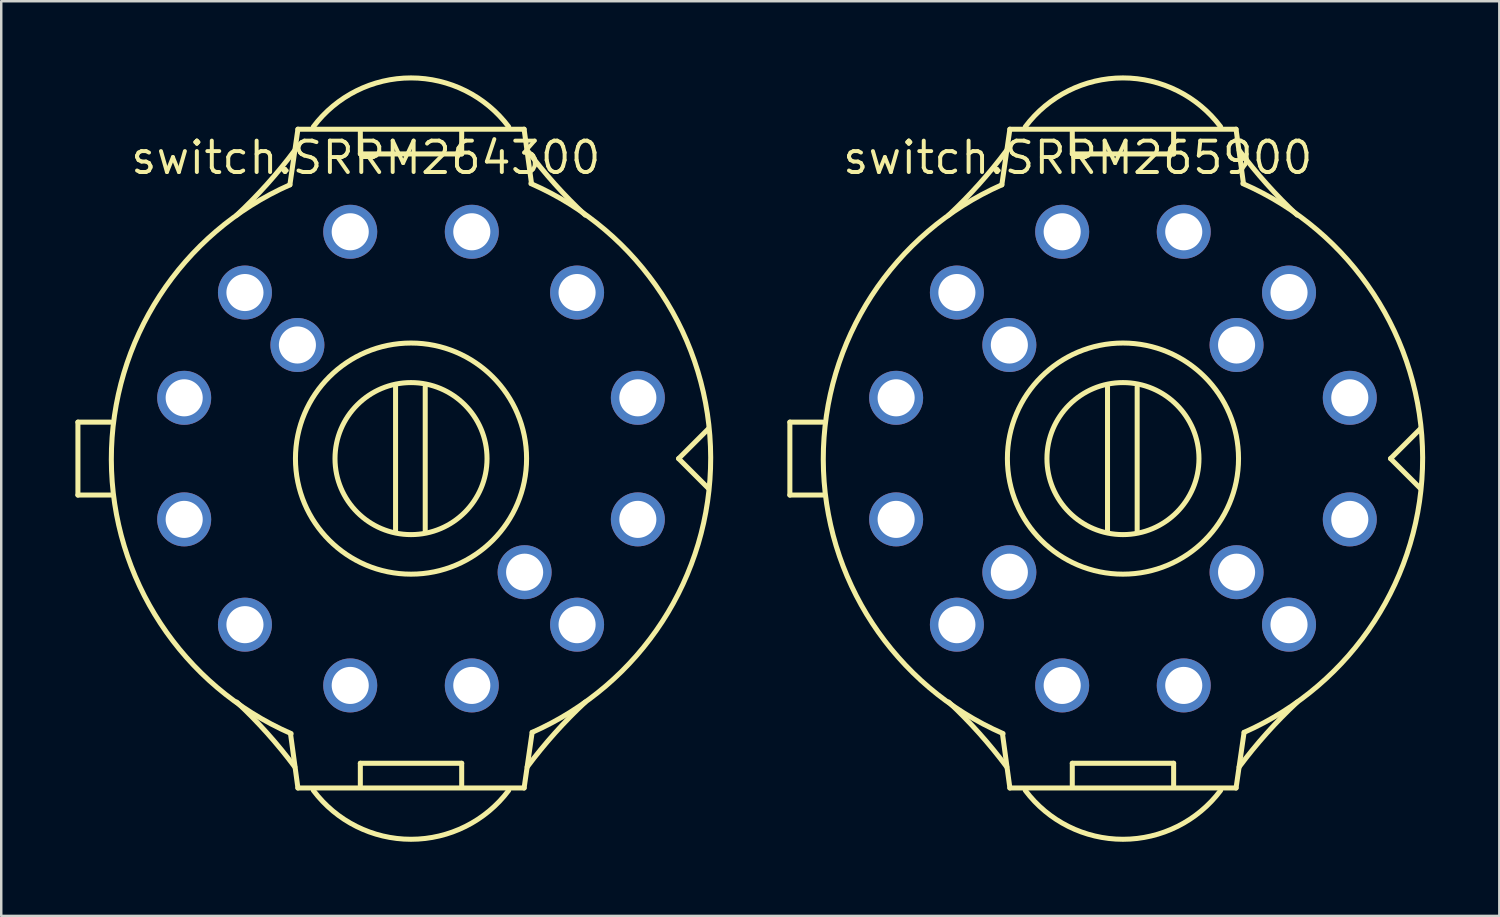
<source format=kicad_pcb>
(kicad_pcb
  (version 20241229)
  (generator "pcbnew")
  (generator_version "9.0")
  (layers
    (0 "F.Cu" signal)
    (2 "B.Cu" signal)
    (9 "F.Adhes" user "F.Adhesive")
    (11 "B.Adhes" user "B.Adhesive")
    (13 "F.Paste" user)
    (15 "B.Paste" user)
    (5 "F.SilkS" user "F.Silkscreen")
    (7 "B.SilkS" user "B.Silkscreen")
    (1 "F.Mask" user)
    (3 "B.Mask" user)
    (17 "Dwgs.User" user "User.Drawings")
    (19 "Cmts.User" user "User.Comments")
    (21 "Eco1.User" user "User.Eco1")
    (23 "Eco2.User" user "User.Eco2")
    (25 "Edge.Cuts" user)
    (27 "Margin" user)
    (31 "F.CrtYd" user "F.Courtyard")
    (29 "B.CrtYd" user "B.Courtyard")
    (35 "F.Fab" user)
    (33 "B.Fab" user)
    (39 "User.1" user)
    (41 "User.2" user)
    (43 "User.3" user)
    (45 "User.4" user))
  (footprint "switch.SRRM265900"
    (layer "F.Cu")
    (at 42.378 15.502)
    (property "Reference" "switch.SRRM265900" (at -11.43 -11.43 0) (layer "F.SilkS") (effects (font (size 1.27 1.27) (thickness 0.16)) (justify left bottom)))
    (attr through_hole)
    (fp_line (start -13.475 -1.475) (end -13.475 1.475) (stroke (width 0.203) (type default)) (layer "F.SilkS"))
    (fp_line (start -13.475 1.475) (end -12.1 1.475) (stroke (width 0.203) (type default)) (layer "F.SilkS"))
    (fp_line (start -12.15 -1.475) (end -13.475 -1.475) (stroke (width 0.203) (type default)) (layer "F.SilkS"))
    (fp_line (start -4.9 -11.075) (end -4.575 -13.325) (stroke (width 0.203) (type default)) (layer "F.SilkS"))
    (fp_line (start -4.575 -13.325) (end 4.575 -13.325) (stroke (width 0.203) (type default)) (layer "F.SilkS"))
    (fp_line (start -4.575 13.325) (end -4.875 11.125) (stroke (width 0.203) (type default)) (layer "F.SilkS"))
    (fp_line (start -2.05 -13.225) (end -2.05 -12.325) (stroke (width 0.203) (type default)) (layer "F.SilkS"))
    (fp_line (start -2.05 -12.325) (end 2.05 -12.325) (stroke (width 0.203) (type default)) (layer "F.SilkS"))
    (fp_line (start -2.05 12.325) (end -2.05 13.225) (stroke (width 0.203) (type default)) (layer "F.SilkS"))
    (fp_line (start -0.625 -2.9) (end -0.625 2.975) (stroke (width 0.203) (type default)) (layer "F.SilkS"))
    (fp_line (start 0.575 -2.9) (end 0.575 2.975) (stroke (width 0.203) (type default)) (layer "F.SilkS"))
    (fp_line (start 2.05 -12.325) (end 2.05 -13.225) (stroke (width 0.203) (type default)) (layer "F.SilkS"))
    (fp_line (start 2.05 12.325) (end -2.05 12.325) (stroke (width 0.203) (type default)) (layer "F.SilkS"))
    (fp_line (start 2.05 13.225) (end 2.05 12.325) (stroke (width 0.203) (type default)) (layer "F.SilkS"))
    (fp_line (start 4.575 -13.325) (end 4.875 -11.125) (stroke (width 0.203) (type default)) (layer "F.SilkS"))
    (fp_line (start 4.575 13.325) (end -4.575 13.325) (stroke (width 0.203) (type default)) (layer "F.SilkS"))
    (fp_line (start 4.9 11.075) (end 4.575 13.325) (stroke (width 0.203) (type default)) (layer "F.SilkS"))
    (fp_line (start 10.825 0) (end 12.025 1.2) (stroke (width 0.203) (type default)) (layer "F.SilkS"))
    (fp_line (start 12.025 -1.2) (end 10.825 0) (stroke (width 0.203) (type default)) (layer "F.SilkS"))
    (fp_arc (start -7.05 9.85) (mid -5.815572 11.109298) (end -4.7 12.475) (stroke (width 0.2032) (type default)) (layer "F.SilkS"))
    (fp_arc (start -4.85 11.125) (mid -12.12335 0.041325) (end -4.9 -11.075) (stroke (width 0.2032) (type default)) (layer "F.SilkS"))
    (fp_arc (start -4.7 -12.475) (mid -5.815572 -11.109298) (end -7.05 -9.85) (stroke (width 0.2032) (type default)) (layer "F.SilkS"))
    (fp_arc (start -3.95 -13.425) (mid 0 -15.4) (end 3.95 -13.425) (stroke (width 0.2032) (type default)) (layer "F.SilkS"))
    (fp_arc (start 3.95 13.425) (mid 0 15.4) (end -3.95 13.425) (stroke (width 0.2032) (type default)) (layer "F.SilkS"))
    (fp_arc (start 4.7 12.475) (mid 5.815572 11.109298) (end 7.05 9.85) (stroke (width 0.2032) (type default)) (layer "F.SilkS"))
    (fp_arc (start 4.85 -11.125) (mid 12.12335 -0.041325) (end 4.9 11.075) (stroke (width 0.2032) (type default)) (layer "F.SilkS"))
    (fp_arc (start 7.05 -9.85) (mid 5.815572 -11.109298) (end 4.7 -12.475) (stroke (width 0.2032) (type default)) (layer "F.SilkS"))
    (fp_circle (center 0 0) (end 3.075 0) (stroke (width 0.203) (type default)) (fill no) (layer "F.SilkS"))
    (fp_circle (center 0 0) (end 4.675 0) (stroke (width 0.203) (type default)) (fill no) (layer "F.SilkS"))
    (pad "1" thru_hole circle (at -9.176 -2.459 90) (size 2.184 2.184) (drill 1.5) (layers "*.Cu" "*.Mask"))
    (pad "2" thru_hole circle (at -6.718 -6.718 90) (size 2.184 2.184) (drill 1.5) (layers "*.Cu" "*.Mask"))
    (pad "3" thru_hole circle (at -2.459 -9.176 90) (size 2.184 2.184) (drill 1.5) (layers "*.Cu" "*.Mask"))
    (pad "4" thru_hole circle (at 2.459 -9.176) (size 2.184 2.184) (drill 1.5) (layers "*.Cu" "*.Mask"))
    (pad "5" thru_hole circle (at 6.718 -6.718) (size 2.184 2.184) (drill 1.5) (layers "*.Cu" "*.Mask"))
    (pad "6" thru_hole circle (at 9.176 -2.459) (size 2.184 2.184) (drill 1.5) (layers "*.Cu" "*.Mask"))
    (pad "7" thru_hole circle (at 9.176 2.459 270) (size 2.184 2.184) (drill 1.5) (layers "*.Cu" "*.Mask"))
    (pad "8" thru_hole circle (at 6.718 6.718 270) (size 2.184 2.184) (drill 1.5) (layers "*.Cu" "*.Mask"))
    (pad "9" thru_hole circle (at 2.459 9.176 270) (size 2.184 2.184) (drill 1.5) (layers "*.Cu" "*.Mask"))
    (pad "10" thru_hole circle (at -2.459 9.176 180) (size 2.184 2.184) (drill 1.5) (layers "*.Cu" "*.Mask"))
    (pad "11" thru_hole circle (at -6.718 6.718 180) (size 2.184 2.184) (drill 1.5) (layers "*.Cu" "*.Mask"))
    (pad "12" thru_hole circle (at -9.176 2.459 180) (size 2.184 2.184) (drill 1.5) (layers "*.Cu" "*.Mask"))
    (pad "13" thru_hole circle (at -4.596 -4.596 105) (size 2.184 2.184) (drill 1.5) (layers "*.Cu" "*.Mask"))
    (pad "14" thru_hole circle (at 4.596 -4.596 15) (size 2.184 2.184) (drill 1.5) (layers "*.Cu" "*.Mask"))
    (pad "15" thru_hole circle (at -4.596 4.596 195) (size 2.184 2.184) (drill 1.5) (layers "*.Cu" "*.Mask"))
    (pad "16" thru_hole circle (at 4.596 4.596 285) (size 2.184 2.184) (drill 1.5) (layers "*.Cu" "*.Mask")))
  (footprint "switch.SRRM264300"
    (layer "F.Cu")
    (at 13.577 15.502)
    (property "Reference" "switch.SRRM264300" (at -11.43 -11.43 0) (layer "F.SilkS") (effects (font (size 1.27 1.27) (thickness 0.16)) (justify left bottom)))
    (attr through_hole)
    (fp_line (start -13.475 -1.475) (end -13.475 1.475) (stroke (width 0.203) (type default)) (layer "F.SilkS"))
    (fp_line (start -13.475 1.475) (end -12.1 1.475) (stroke (width 0.203) (type default)) (layer "F.SilkS"))
    (fp_line (start -12.15 -1.475) (end -13.475 -1.475) (stroke (width 0.203) (type default)) (layer "F.SilkS"))
    (fp_line (start -4.9 -11.075) (end -4.575 -13.325) (stroke (width 0.203) (type default)) (layer "F.SilkS"))
    (fp_line (start -4.575 -13.325) (end 4.575 -13.325) (stroke (width 0.203) (type default)) (layer "F.SilkS"))
    (fp_line (start -4.575 13.325) (end -4.875 11.125) (stroke (width 0.203) (type default)) (layer "F.SilkS"))
    (fp_line (start -2.05 -13.225) (end -2.05 -12.325) (stroke (width 0.203) (type default)) (layer "F.SilkS"))
    (fp_line (start -2.05 -12.325) (end 2.05 -12.325) (stroke (width 0.203) (type default)) (layer "F.SilkS"))
    (fp_line (start -2.05 12.325) (end -2.05 13.225) (stroke (width 0.203) (type default)) (layer "F.SilkS"))
    (fp_line (start -0.625 -2.9) (end -0.625 2.975) (stroke (width 0.203) (type default)) (layer "F.SilkS"))
    (fp_line (start 0.575 -2.9) (end 0.575 2.975) (stroke (width 0.203) (type default)) (layer "F.SilkS"))
    (fp_line (start 2.05 -12.325) (end 2.05 -13.225) (stroke (width 0.203) (type default)) (layer "F.SilkS"))
    (fp_line (start 2.05 12.325) (end -2.05 12.325) (stroke (width 0.203) (type default)) (layer "F.SilkS"))
    (fp_line (start 2.05 13.225) (end 2.05 12.325) (stroke (width 0.203) (type default)) (layer "F.SilkS"))
    (fp_line (start 4.575 -13.325) (end 4.875 -11.125) (stroke (width 0.203) (type default)) (layer "F.SilkS"))
    (fp_line (start 4.575 13.325) (end -4.575 13.325) (stroke (width 0.203) (type default)) (layer "F.SilkS"))
    (fp_line (start 4.9 11.075) (end 4.575 13.325) (stroke (width 0.203) (type default)) (layer "F.SilkS"))
    (fp_line (start 10.825 0) (end 12.025 1.2) (stroke (width 0.203) (type default)) (layer "F.SilkS"))
    (fp_line (start 12.025 -1.2) (end 10.825 0) (stroke (width 0.203) (type default)) (layer "F.SilkS"))
    (fp_arc (start -7.05 9.85) (mid -5.815572 11.109298) (end -4.7 12.475) (stroke (width 0.2032) (type default)) (layer "F.SilkS"))
    (fp_arc (start -4.85 11.125) (mid -12.12335 0.041325) (end -4.9 -11.075) (stroke (width 0.2032) (type default)) (layer "F.SilkS"))
    (fp_arc (start -4.7 -12.475) (mid -5.815572 -11.109298) (end -7.05 -9.85) (stroke (width 0.2032) (type default)) (layer "F.SilkS"))
    (fp_arc (start -3.95 -13.425) (mid 0 -15.4) (end 3.95 -13.425) (stroke (width 0.2032) (type default)) (layer "F.SilkS"))
    (fp_arc (start 3.95 13.425) (mid 0 15.4) (end -3.95 13.425) (stroke (width 0.2032) (type default)) (layer "F.SilkS"))
    (fp_arc (start 4.7 12.475) (mid 5.815572 11.109298) (end 7.05 9.85) (stroke (width 0.2032) (type default)) (layer "F.SilkS"))
    (fp_arc (start 4.85 -11.125) (mid 12.12335 -0.041325) (end 4.9 11.075) (stroke (width 0.2032) (type default)) (layer "F.SilkS"))
    (fp_arc (start 7.05 -9.85) (mid 5.815572 -11.109298) (end 4.7 -12.475) (stroke (width 0.2032) (type default)) (layer "F.SilkS"))
    (fp_circle (center 0 0) (end 3.075 0) (stroke (width 0.203) (type default)) (fill no) (layer "F.SilkS"))
    (fp_circle (center 0 0) (end 4.675 0) (stroke (width 0.203) (type default)) (fill no) (layer "F.SilkS"))
    (pad "1" thru_hole circle (at -9.176 -2.459 90) (size 2.184 2.184) (drill 1.5) (layers "*.Cu" "*.Mask"))
    (pad "2" thru_hole circle (at -6.718 -6.718 90) (size 2.184 2.184) (drill 1.5) (layers "*.Cu" "*.Mask"))
    (pad "3" thru_hole circle (at -2.459 -9.176 90) (size 2.184 2.184) (drill 1.5) (layers "*.Cu" "*.Mask"))
    (pad "4" thru_hole circle (at 2.459 -9.176) (size 2.184 2.184) (drill 1.5) (layers "*.Cu" "*.Mask"))
    (pad "5" thru_hole circle (at 6.718 -6.718) (size 2.184 2.184) (drill 1.5) (layers "*.Cu" "*.Mask"))
    (pad "6" thru_hole circle (at 9.176 -2.459) (size 2.184 2.184) (drill 1.5) (layers "*.Cu" "*.Mask"))
    (pad "7" thru_hole circle (at 9.176 2.459 270) (size 2.184 2.184) (drill 1.5) (layers "*.Cu" "*.Mask"))
    (pad "8" thru_hole circle (at 6.718 6.718 270) (size 2.184 2.184) (drill 1.5) (layers "*.Cu" "*.Mask"))
    (pad "9" thru_hole circle (at 2.459 9.176 270) (size 2.184 2.184) (drill 1.5) (layers "*.Cu" "*.Mask"))
    (pad "10" thru_hole circle (at -2.459 9.176 180) (size 2.184 2.184) (drill 1.5) (layers "*.Cu" "*.Mask"))
    (pad "11" thru_hole circle (at -6.718 6.718 180) (size 2.184 2.184) (drill 1.5) (layers "*.Cu" "*.Mask"))
    (pad "12" thru_hole circle (at -9.176 2.459 180) (size 2.184 2.184) (drill 1.5) (layers "*.Cu" "*.Mask"))
    (pad "13" thru_hole circle (at -4.596 -4.596 105) (size 2.184 2.184) (drill 1.5) (layers "*.Cu" "*.Mask"))
    (pad "14" thru_hole circle (at 4.596 4.596 285) (size 2.184 2.184) (drill 1.5) (layers "*.Cu" "*.Mask")))
  (gr_rect
    (start -3 -3)
    (end 57.603 34.003)
    (stroke (width 0.1) (type default))
    (fill no)
    (layer "Edge.Cuts")))
</source>
